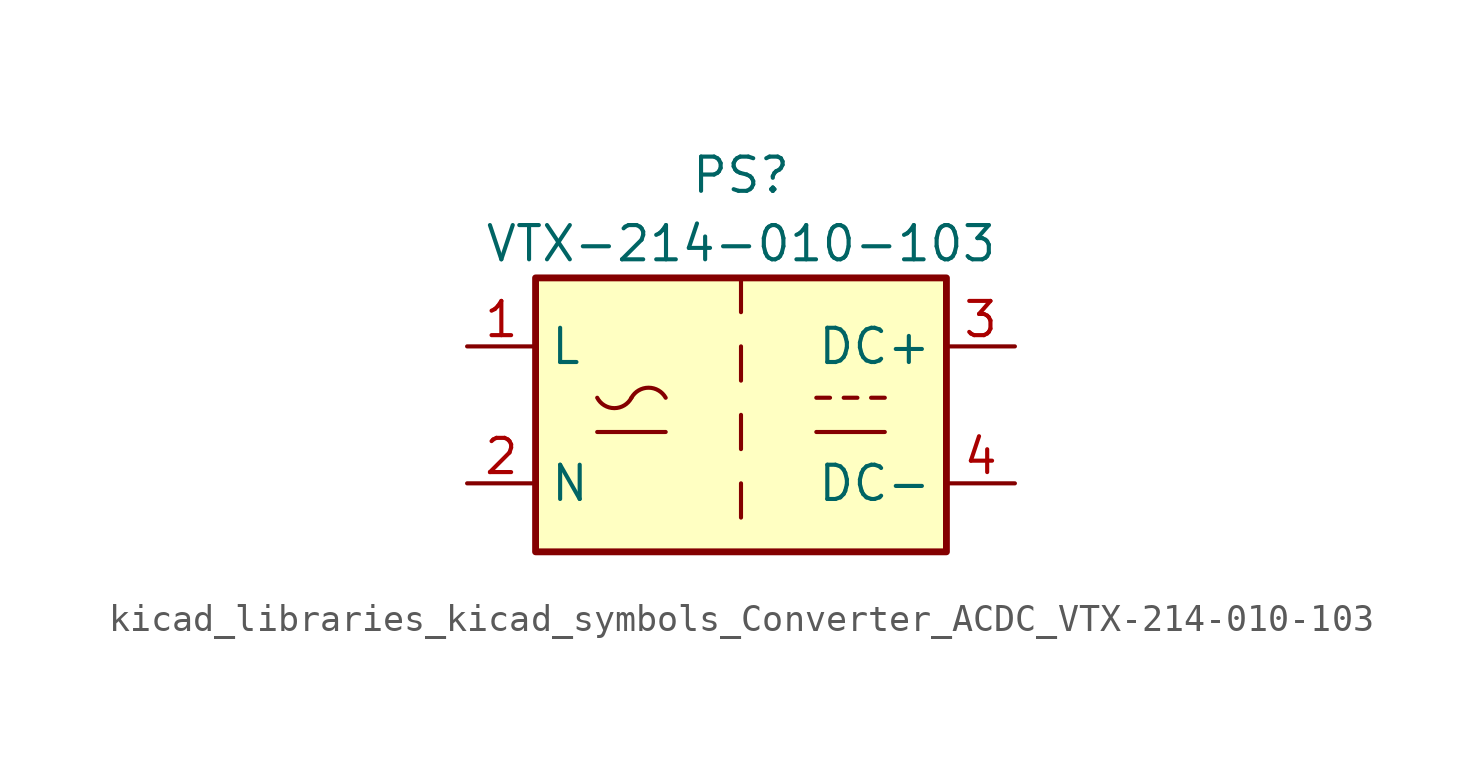
<source format=kicad_sym>
(kicad_symbol_lib
  (version 20220914)
  (generator kicad_symbol_editor)
  (symbol "kicad_libraries_kicad_symbols_Converter_ACDC_VTX-214-010-103"
    (property "Reference" "PS"
      (at 0 8.89 0)
      (effects (font (size 1.27 1.27))))
    (property "Value" "VTX-214-010-103"
      (at 0 6.35 0)
      (effects (font (size 1.27 1.27))))
    (symbol "kicad_libraries_kicad_symbols_Converter_ACDC_VTX-214-010-103_0_1"
      (rectangle (start -7.62 5.08) (end 7.62 -5.08) (stroke (width 0.254) (type default)) (fill (type background)))
      (arc (start -5.334 0.635) (mid -4.699 0.2495) (end -4.064 0.635) (stroke (width 0) (type default)) (fill (type none)))
      (arc (start -2.794 0.635) (mid -3.429 1.0072) (end -4.064 0.635) (stroke (width 0) (type default)) (fill (type none)))
      (polyline (pts (xy -5.334 -0.635) (xy -2.794 -0.635)) (stroke (width 0) (type default)) (fill (type none)))
      (polyline (pts (xy 2.794 -0.635) (xy 5.334 -0.635)) (stroke (width 0) (type default)) (fill (type none)))
      (polyline (pts (xy 2.794 0.635) (xy 3.302 0.635)) (stroke (width 0) (type default)) (fill (type none)))
      (polyline (pts (xy 3.81 0.635) (xy 4.318 0.635)) (stroke (width 0) (type default)) (fill (type none)))
      (polyline (pts (xy 4.826 0.635) (xy 5.334 0.635)) (stroke (width 0) (type default)) (fill (type none))))
    (symbol "kicad_libraries_kicad_symbols_Converter_ACDC_VTX-214-010-103_1_1"
      (polyline (pts (xy 0 -2.54) (xy 0 -3.81)) (stroke (width 0) (type default)) (fill (type none)))
      (polyline (pts (xy 0 0) (xy 0 -1.27)) (stroke (width 0) (type default)) (fill (type none)))
      (polyline (pts (xy 0 2.54) (xy 0 1.27)) (stroke (width 0) (type default)) (fill (type none)))
      (polyline (pts (xy 0 5.08) (xy 0 3.81)) (stroke (width 0) (type default)) (fill (type none)))
      (pin power_in line (at -10.16 2.54 0) (length 2.54) (name "L" (effects (font (size 1.27 1.27)))) (number "1" (effects (font (size 1.27 1.27)))))
      (pin power_in line (at -10.16 -2.54 0) (length 2.54) (name "N" (effects (font (size 1.27 1.27)))) (number "2" (effects (font (size 1.27 1.27)))))
      (pin power_out line (at 10.16 2.54 180) (length 2.54) (name "DC+" (effects (font (size 1.27 1.27)))) (number "3" (effects (font (size 1.27 1.27)))))
      (pin power_out line (at 10.16 -2.54 180) (length 2.54) (name "DC-" (effects (font (size 1.27 1.27)))) (number "4" (effects (font (size 1.27 1.27))))))))
</source>
